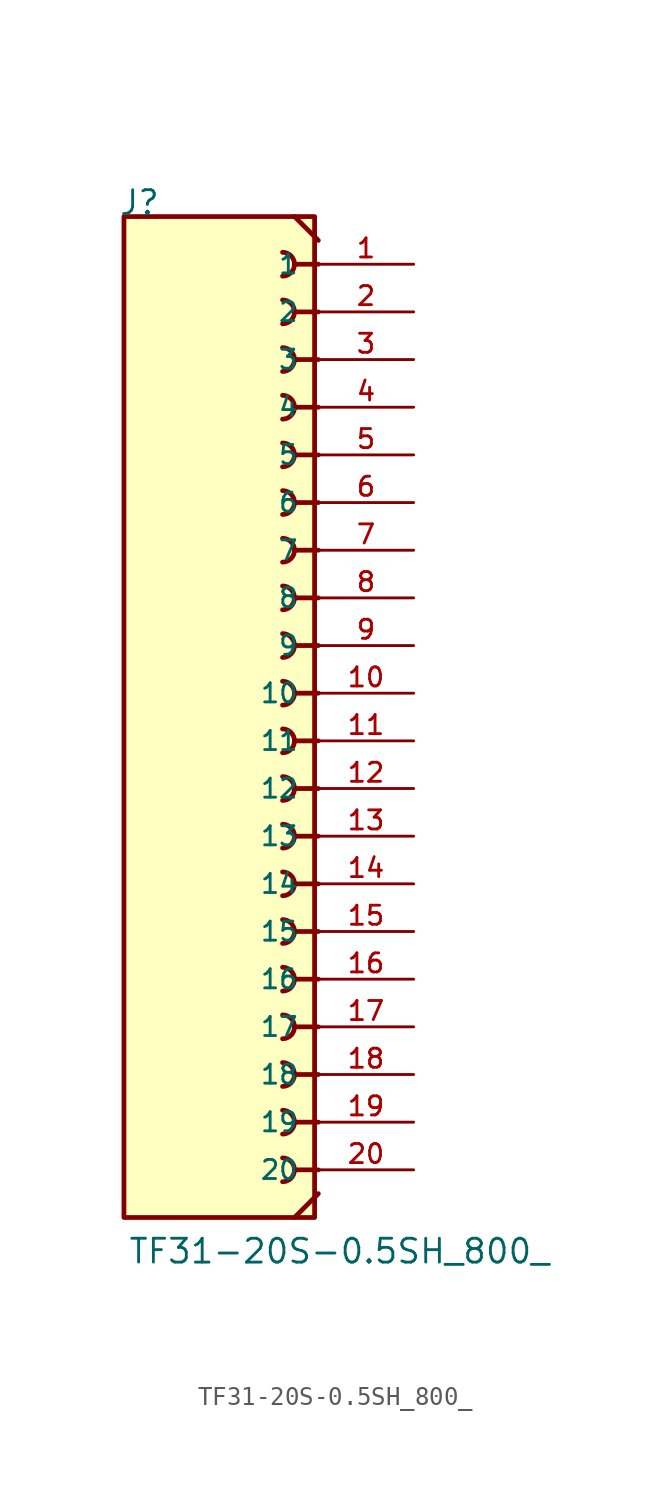
<source format=kicad_sym>
(kicad_symbol_lib
  (version 20211014)
  (generator kicad_symbol_editor)
  (symbol "TF31-20S-0.5SH_800_"
    (pin_names
      (offset 1.016))
    (property "Reference" "J"
      (at -5.58 27.94 0)
      (effects (font (size 1.27 1.27)) (justify bottom left)))
    (property "Value" "TF31-20S-0.5SH_800_"
      (at -5.08 -27.94 0)
      (effects (font (size 1.27 1.27)) (justify bottom left)))
    (symbol "TF31-20S-0.5SH_800__0_0"
      (polyline (pts (xy 5.08 25.4) (xy 3.81 25.4)) (stroke (width 0.254)))
      (arc (start 3.175 26.035) (mid 3.81 25.4) (end 3.175 24.765) (stroke (width 0.254) (type default) (color 0 0 0 0)) (fill (type none)))
      (polyline (pts (xy 5.08 22.86) (xy 3.81 22.86)) (stroke (width 0.254)))
      (arc (start 3.175 23.495) (mid 3.81 22.86) (end 3.175 22.225) (stroke (width 0.254) (type default) (color 0 0 0 0)) (fill (type none)))
      (polyline (pts (xy 5.08 20.32) (xy 3.81 20.32)) (stroke (width 0.254)))
      (arc (start 3.175 20.955) (mid 3.81 20.32) (end 3.175 19.685) (stroke (width 0.254) (type default) (color 0 0 0 0)) (fill (type none)))
      (polyline (pts (xy 5.08 17.78) (xy 3.81 17.78)) (stroke (width 0.254)))
      (arc (start 3.175 18.415) (mid 3.81 17.78) (end 3.175 17.145) (stroke (width 0.254) (type default) (color 0 0 0 0)) (fill (type none)))
      (polyline (pts (xy 5.08 15.24) (xy 3.81 15.24)) (stroke (width 0.254)))
      (arc (start 3.175 15.875) (mid 3.81 15.24) (end 3.175 14.605) (stroke (width 0.254) (type default) (color 0 0 0 0)) (fill (type none)))
      (polyline (pts (xy 5.08 12.7) (xy 3.81 12.7)) (stroke (width 0.254)))
      (arc (start 3.175 13.335) (mid 3.81 12.7) (end 3.175 12.065) (stroke (width 0.254) (type default) (color 0 0 0 0)) (fill (type none)))
      (polyline (pts (xy 5.08 10.16) (xy 3.81 10.16)) (stroke (width 0.254)))
      (arc (start 3.175 10.795) (mid 3.81 10.16) (end 3.175 9.525) (stroke (width 0.254) (type default) (color 0 0 0 0)) (fill (type none)))
      (polyline (pts (xy 5.08 7.62) (xy 3.81 7.62)) (stroke (width 0.254)))
      (arc (start 3.175 8.255) (mid 3.81 7.62) (end 3.175 6.985) (stroke (width 0.254) (type default) (color 0 0 0 0)) (fill (type none)))
      (polyline (pts (xy 5.08 5.08) (xy 3.81 5.08)) (stroke (width 0.254)))
      (arc (start 3.175 5.715) (mid 3.81 5.08) (end 3.175 4.445) (stroke (width 0.254) (type default) (color 0 0 0 0)) (fill (type none)))
      (polyline (pts (xy 5.08 2.54) (xy 3.81 2.54)) (stroke (width 0.254)))
      (arc (start 3.175 3.175) (mid 3.81 2.54) (end 3.175 1.905) (stroke (width 0.254) (type default) (color 0 0 0 0)) (fill (type none)))
      (polyline (pts (xy 5.08 0.0) (xy 3.81 0.0)) (stroke (width 0.254)))
      (arc (start 3.175 0.635) (mid 3.81 -0.0) (end 3.175 -0.635) (stroke (width 0.254) (type default) (color 0 0 0 0)) (fill (type none)))
      (polyline (pts (xy 5.08 -2.54) (xy 3.81 -2.54)) (stroke (width 0.254)))
      (arc (start 3.175 -1.905) (mid 3.81 -2.54) (end 3.175 -3.175) (stroke (width 0.254) (type default) (color 0 0 0 0)) (fill (type none)))
      (polyline (pts (xy 5.08 -5.08) (xy 3.81 -5.08)) (stroke (width 0.254)))
      (arc (start 3.175 -4.445) (mid 3.81 -5.08) (end 3.175 -5.715) (stroke (width 0.254) (type default) (color 0 0 0 0)) (fill (type none)))
      (polyline (pts (xy 5.08 -7.62) (xy 3.81 -7.62)) (stroke (width 0.254)))
      (arc (start 3.175 -6.985) (mid 3.81 -7.62) (end 3.175 -8.255) (stroke (width 0.254) (type default) (color 0 0 0 0)) (fill (type none)))
      (polyline (pts (xy 5.08 -10.16) (xy 3.81 -10.16)) (stroke (width 0.254)))
      (arc (start 3.175 -9.525) (mid 3.81 -10.16) (end 3.175 -10.795) (stroke (width 0.254) (type default) (color 0 0 0 0)) (fill (type none)))
      (polyline (pts (xy 5.08 -12.7) (xy 3.81 -12.7)) (stroke (width 0.254)))
      (arc (start 3.175 -12.065) (mid 3.81 -12.7) (end 3.175 -13.335) (stroke (width 0.254) (type default) (color 0 0 0 0)) (fill (type none)))
      (polyline (pts (xy 5.08 -15.24) (xy 3.81 -15.24)) (stroke (width 0.254)))
      (arc (start 3.175 -14.605) (mid 3.81 -15.24) (end 3.175 -15.875) (stroke (width 0.254) (type default) (color 0 0 0 0)) (fill (type none)))
      (polyline (pts (xy 5.08 -17.78) (xy 3.81 -17.78)) (stroke (width 0.254)))
      (arc (start 3.175 -17.145) (mid 3.81 -17.78) (end 3.175 -18.415) (stroke (width 0.254) (type default) (color 0 0 0 0)) (fill (type none)))
      (polyline (pts (xy 5.08 -20.32) (xy 3.81 -20.32)) (stroke (width 0.254)))
      (arc (start 3.175 -19.685) (mid 3.81 -20.32) (end 3.175 -20.955) (stroke (width 0.254) (type default) (color 0 0 0 0)) (fill (type none)))
      (polyline (pts (xy 5.08 -22.86) (xy 3.81 -22.86)) (stroke (width 0.254)))
      (arc (start 3.175 -22.225) (mid 3.81 -22.86) (end 3.175 -23.495) (stroke (width 0.254) (type default) (color 0 0 0 0)) (fill (type none)))
      (polyline (pts (xy 3.81 27.94) (xy 5.08 26.67)) (stroke (width 0.254)))
      (polyline (pts (xy 5.08 -24.13) (xy 3.81 -25.4)) (stroke (width 0.254)))
      (rectangle (start -5.278 -25.4) (end 4.882 27.94) (stroke (width 0.254)) (fill (type background)))
      (pin passive line (at 10.16 25.4 180.0) (length 5.08) (name "1" (effects (font (size 1.016 1.016)))) (number "1" (effects (font (size 1.016 1.016)))))
      (pin passive line (at 10.16 22.86 180.0) (length 5.08) (name "2" (effects (font (size 1.016 1.016)))) (number "2" (effects (font (size 1.016 1.016)))))
      (pin passive line (at 10.16 20.32 180.0) (length 5.08) (name "3" (effects (font (size 1.016 1.016)))) (number "3" (effects (font (size 1.016 1.016)))))
      (pin passive line (at 10.16 17.78 180.0) (length 5.08) (name "4" (effects (font (size 1.016 1.016)))) (number "4" (effects (font (size 1.016 1.016)))))
      (pin passive line (at 10.16 15.24 180.0) (length 5.08) (name "5" (effects (font (size 1.016 1.016)))) (number "5" (effects (font (size 1.016 1.016)))))
      (pin passive line (at 10.16 12.7 180.0) (length 5.08) (name "6" (effects (font (size 1.016 1.016)))) (number "6" (effects (font (size 1.016 1.016)))))
      (pin passive line (at 10.16 10.16 180.0) (length 5.08) (name "7" (effects (font (size 1.016 1.016)))) (number "7" (effects (font (size 1.016 1.016)))))
      (pin passive line (at 10.16 7.62 180.0) (length 5.08) (name "8" (effects (font (size 1.016 1.016)))) (number "8" (effects (font (size 1.016 1.016)))))
      (pin passive line (at 10.16 5.08 180.0) (length 5.08) (name "9" (effects (font (size 1.016 1.016)))) (number "9" (effects (font (size 1.016 1.016)))))
      (pin passive line (at 10.16 2.54 180.0) (length 5.08) (name "10" (effects (font (size 1.016 1.016)))) (number "10" (effects (font (size 1.016 1.016)))))
      (pin passive line (at 10.16 0.0 180.0) (length 5.08) (name "11" (effects (font (size 1.016 1.016)))) (number "11" (effects (font (size 1.016 1.016)))))
      (pin passive line (at 10.16 -2.54 180.0) (length 5.08) (name "12" (effects (font (size 1.016 1.016)))) (number "12" (effects (font (size 1.016 1.016)))))
      (pin passive line (at 10.16 -5.08 180.0) (length 5.08) (name "13" (effects (font (size 1.016 1.016)))) (number "13" (effects (font (size 1.016 1.016)))))
      (pin passive line (at 10.16 -7.62 180.0) (length 5.08) (name "14" (effects (font (size 1.016 1.016)))) (number "14" (effects (font (size 1.016 1.016)))))
      (pin passive line (at 10.16 -10.16 180.0) (length 5.08) (name "15" (effects (font (size 1.016 1.016)))) (number "15" (effects (font (size 1.016 1.016)))))
      (pin passive line (at 10.16 -12.7 180.0) (length 5.08) (name "16" (effects (font (size 1.016 1.016)))) (number "16" (effects (font (size 1.016 1.016)))))
      (pin passive line (at 10.16 -15.24 180.0) (length 5.08) (name "17" (effects (font (size 1.016 1.016)))) (number "17" (effects (font (size 1.016 1.016)))))
      (pin passive line (at 10.16 -17.78 180.0) (length 5.08) (name "18" (effects (font (size 1.016 1.016)))) (number "18" (effects (font (size 1.016 1.016)))))
      (pin passive line (at 10.16 -20.32 180.0) (length 5.08) (name "19" (effects (font (size 1.016 1.016)))) (number "19" (effects (font (size 1.016 1.016)))))
      (pin passive line (at 10.16 -22.86 180.0) (length 5.08) (name "20" (effects (font (size 1.016 1.016)))) (number "20" (effects (font (size 1.016 1.016))))))))
</source>
